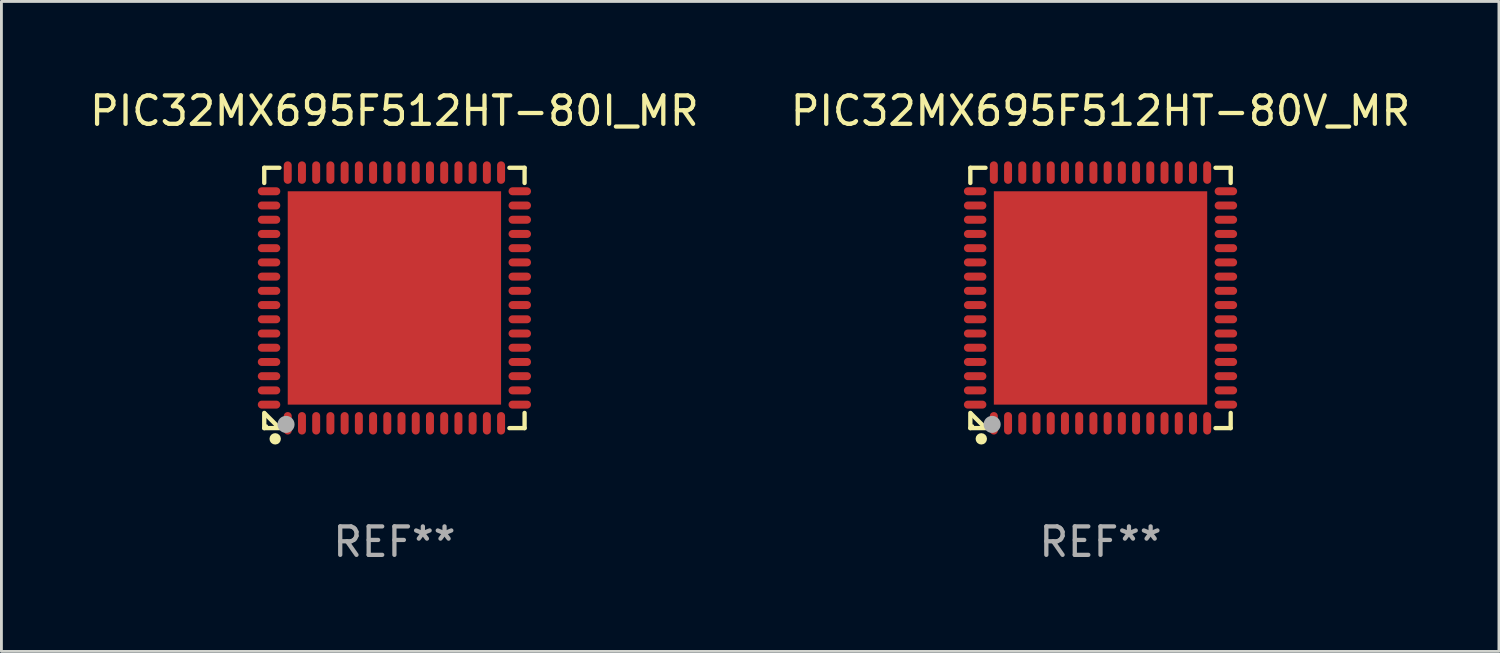
<source format=kicad_pcb>
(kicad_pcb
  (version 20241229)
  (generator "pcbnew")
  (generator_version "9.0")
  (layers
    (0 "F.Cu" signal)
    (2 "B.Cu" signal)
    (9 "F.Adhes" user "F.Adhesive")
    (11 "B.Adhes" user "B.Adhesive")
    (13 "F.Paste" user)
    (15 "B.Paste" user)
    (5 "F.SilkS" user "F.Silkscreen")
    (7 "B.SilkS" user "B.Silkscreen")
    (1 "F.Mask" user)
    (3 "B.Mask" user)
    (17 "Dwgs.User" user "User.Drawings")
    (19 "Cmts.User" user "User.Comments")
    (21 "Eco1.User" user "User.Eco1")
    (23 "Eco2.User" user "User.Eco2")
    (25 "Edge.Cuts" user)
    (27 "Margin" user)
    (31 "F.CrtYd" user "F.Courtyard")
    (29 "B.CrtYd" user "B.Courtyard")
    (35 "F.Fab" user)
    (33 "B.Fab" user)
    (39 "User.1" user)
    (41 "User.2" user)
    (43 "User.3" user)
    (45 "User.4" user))
  (footprint "PIC32MX695F512HT-80I_MR"
    (layer "F.Cu")
    (at 10.815 7.424)
    (property "Reference" "PIC32MX695F512HT-80I_MR" (at 0 -6.576 0) (layer "F.SilkS") (effects (font (size 1 1) (thickness 0.15))))
    (attr through_hole)
    (fp_line (start -4.576 -4.576) (end -4.576 -4.042) (stroke (width 0.152) (type solid)) (layer "F.SilkS"))
    (fp_line (start -4.576 4.576) (end -4.576 4.042) (stroke (width 0.152) (type solid)) (layer "F.SilkS"))
    (fp_line (start -4.069 4.549) (end -4.549 4.069) (stroke (width 0.152) (type solid)) (layer "F.SilkS"))
    (fp_line (start -4.042 -4.576) (end -4.576 -4.576) (stroke (width 0.152) (type solid)) (layer "F.SilkS"))
    (fp_line (start -4.042 4.576) (end -4.576 4.576) (stroke (width 0.152) (type solid)) (layer "F.SilkS"))
    (fp_line (start 4.042 -4.576) (end 4.576 -4.576) (stroke (width 0.152) (type solid)) (layer "F.SilkS"))
    (fp_line (start 4.042 4.576) (end 4.576 4.576) (stroke (width 0.152) (type solid)) (layer "F.SilkS"))
    (fp_line (start 4.576 -4.576) (end 4.576 -4.042) (stroke (width 0.152) (type solid)) (layer "F.SilkS"))
    (fp_line (start 4.576 4.576) (end 4.576 4.042) (stroke (width 0.152) (type solid)) (layer "F.SilkS"))
    (fp_circle (center -4.5 4.5) (end -4.47 4.5) (stroke (width 0.06) (type solid)) (fill no) (layer "F.SilkS"))
    (fp_circle (center -4.191 4.953) (end -4.091 4.953) (stroke (width 0.2) (type solid)) (fill no) (layer "F.SilkS"))
    (fp_circle (center -3.81 4.445) (end -3.66 4.445) (stroke (width 0.3) (type solid)) (fill no) (layer "F.Fab"))
    (fp_text user "REF**" (at 0 8.576 0) (layer "F.Fab") (effects (font (size 1 1) (thickness 0.15))))
    (pad "1" smd oval (at -3.75 4.407) (size 0.28 0.79) (layers "F.Cu" "F.Mask" "F.Paste"))
    (pad "2" smd oval (at -3.25 4.407) (size 0.28 0.79) (layers "F.Cu" "F.Mask" "F.Paste"))
    (pad "3" smd oval (at -2.75 4.407) (size 0.28 0.79) (layers "F.Cu" "F.Mask" "F.Paste"))
    (pad "4" smd oval (at -2.25 4.407) (size 0.28 0.79) (layers "F.Cu" "F.Mask" "F.Paste"))
    (pad "5" smd oval (at -1.75 4.407) (size 0.28 0.79) (layers "F.Cu" "F.Mask" "F.Paste"))
    (pad "6" smd oval (at -1.25 4.407) (size 0.28 0.79) (layers "F.Cu" "F.Mask" "F.Paste"))
    (pad "7" smd oval (at -0.75 4.407) (size 0.28 0.79) (layers "F.Cu" "F.Mask" "F.Paste"))
    (pad "8" smd oval (at -0.25 4.407) (size 0.28 0.79) (layers "F.Cu" "F.Mask" "F.Paste"))
    (pad "9" smd oval (at 0.25 4.407) (size 0.28 0.79) (layers "F.Cu" "F.Mask" "F.Paste"))
    (pad "10" smd oval (at 0.75 4.407) (size 0.28 0.79) (layers "F.Cu" "F.Mask" "F.Paste"))
    (pad "11" smd oval (at 1.25 4.407) (size 0.28 0.79) (layers "F.Cu" "F.Mask" "F.Paste"))
    (pad "12" smd oval (at 1.75 4.407) (size 0.28 0.79) (layers "F.Cu" "F.Mask" "F.Paste"))
    (pad "13" smd oval (at 2.25 4.407) (size 0.28 0.79) (layers "F.Cu" "F.Mask" "F.Paste"))
    (pad "14" smd oval (at 2.75 4.407) (size 0.28 0.79) (layers "F.Cu" "F.Mask" "F.Paste"))
    (pad "15" smd oval (at 3.25 4.407) (size 0.28 0.79) (layers "F.Cu" "F.Mask" "F.Paste"))
    (pad "16" smd oval (at 3.75 4.407) (size 0.28 0.79) (layers "F.Cu" "F.Mask" "F.Paste"))
    (pad "17" smd oval (at 4.407 3.75) (size 0.79 0.28) (layers "F.Cu" "F.Mask" "F.Paste"))
    (pad "18" smd oval (at 4.407 3.25) (size 0.79 0.28) (layers "F.Cu" "F.Mask" "F.Paste"))
    (pad "19" smd oval (at 4.407 2.75) (size 0.79 0.28) (layers "F.Cu" "F.Mask" "F.Paste"))
    (pad "20" smd oval (at 4.407 2.25) (size 0.79 0.28) (layers "F.Cu" "F.Mask" "F.Paste"))
    (pad "21" smd oval (at 4.407 1.75) (size 0.79 0.28) (layers "F.Cu" "F.Mask" "F.Paste"))
    (pad "22" smd oval (at 4.407 1.25) (size 0.79 0.28) (layers "F.Cu" "F.Mask" "F.Paste"))
    (pad "23" smd oval (at 4.407 0.75) (size 0.79 0.28) (layers "F.Cu" "F.Mask" "F.Paste"))
    (pad "24" smd oval (at 4.407 0.25) (size 0.79 0.28) (layers "F.Cu" "F.Mask" "F.Paste"))
    (pad "25" smd oval (at 4.407 -0.25) (size 0.79 0.28) (layers "F.Cu" "F.Mask" "F.Paste"))
    (pad "26" smd oval (at 4.407 -0.75) (size 0.79 0.28) (layers "F.Cu" "F.Mask" "F.Paste"))
    (pad "27" smd oval (at 4.407 -1.25) (size 0.79 0.28) (layers "F.Cu" "F.Mask" "F.Paste"))
    (pad "28" smd oval (at 4.407 -1.75) (size 0.79 0.28) (layers "F.Cu" "F.Mask" "F.Paste"))
    (pad "29" smd oval (at 4.407 -2.25) (size 0.79 0.28) (layers "F.Cu" "F.Mask" "F.Paste"))
    (pad "30" smd oval (at 4.407 -2.75) (size 0.79 0.28) (layers "F.Cu" "F.Mask" "F.Paste"))
    (pad "31" smd oval (at 4.407 -3.25) (size 0.79 0.28) (layers "F.Cu" "F.Mask" "F.Paste"))
    (pad "32" smd oval (at 4.407 -3.75) (size 0.79 0.28) (layers "F.Cu" "F.Mask" "F.Paste"))
    (pad "33" smd oval (at 3.75 -4.407) (size 0.28 0.79) (layers "F.Cu" "F.Mask" "F.Paste"))
    (pad "34" smd oval (at 3.25 -4.407) (size 0.28 0.79) (layers "F.Cu" "F.Mask" "F.Paste"))
    (pad "35" smd oval (at 2.75 -4.407) (size 0.28 0.79) (layers "F.Cu" "F.Mask" "F.Paste"))
    (pad "36" smd oval (at 2.25 -4.407) (size 0.28 0.79) (layers "F.Cu" "F.Mask" "F.Paste"))
    (pad "37" smd oval (at 1.75 -4.407) (size 0.28 0.79) (layers "F.Cu" "F.Mask" "F.Paste"))
    (pad "38" smd oval (at 1.25 -4.407) (size 0.28 0.79) (layers "F.Cu" "F.Mask" "F.Paste"))
    (pad "39" smd oval (at 0.75 -4.407) (size 0.28 0.79) (layers "F.Cu" "F.Mask" "F.Paste"))
    (pad "40" smd oval (at 0.25 -4.407) (size 0.28 0.79) (layers "F.Cu" "F.Mask" "F.Paste"))
    (pad "41" smd oval (at -0.25 -4.407) (size 0.28 0.79) (layers "F.Cu" "F.Mask" "F.Paste"))
    (pad "42" smd oval (at -0.75 -4.407) (size 0.28 0.79) (layers "F.Cu" "F.Mask" "F.Paste"))
    (pad "43" smd oval (at -1.25 -4.407) (size 0.28 0.79) (layers "F.Cu" "F.Mask" "F.Paste"))
    (pad "44" smd oval (at -1.75 -4.407) (size 0.28 0.79) (layers "F.Cu" "F.Mask" "F.Paste"))
    (pad "45" smd oval (at -2.25 -4.407) (size 0.28 0.79) (layers "F.Cu" "F.Mask" "F.Paste"))
    (pad "46" smd oval (at -2.75 -4.407) (size 0.28 0.79) (layers "F.Cu" "F.Mask" "F.Paste"))
    (pad "47" smd oval (at -3.25 -4.407) (size 0.28 0.79) (layers "F.Cu" "F.Mask" "F.Paste"))
    (pad "48" smd oval (at -3.75 -4.407) (size 0.28 0.79) (layers "F.Cu" "F.Mask" "F.Paste"))
    (pad "49" smd oval (at -4.407 -3.75) (size 0.79 0.28) (layers "F.Cu" "F.Mask" "F.Paste"))
    (pad "50" smd oval (at -4.407 -3.25) (size 0.79 0.28) (layers "F.Cu" "F.Mask" "F.Paste"))
    (pad "51" smd oval (at -4.407 -2.75) (size 0.79 0.28) (layers "F.Cu" "F.Mask" "F.Paste"))
    (pad "52" smd oval (at -4.407 -2.25) (size 0.79 0.28) (layers "F.Cu" "F.Mask" "F.Paste"))
    (pad "53" smd oval (at -4.407 -1.75) (size 0.79 0.28) (layers "F.Cu" "F.Mask" "F.Paste"))
    (pad "54" smd oval (at -4.407 -1.25) (size 0.79 0.28) (layers "F.Cu" "F.Mask" "F.Paste"))
    (pad "55" smd oval (at -4.407 -0.75) (size 0.79 0.28) (layers "F.Cu" "F.Mask" "F.Paste"))
    (pad "56" smd oval (at -4.407 -0.25) (size 0.79 0.28) (layers "F.Cu" "F.Mask" "F.Paste"))
    (pad "57" smd oval (at -4.407 0.25) (size 0.79 0.28) (layers "F.Cu" "F.Mask" "F.Paste"))
    (pad "58" smd oval (at -4.407 0.75) (size 0.79 0.28) (layers "F.Cu" "F.Mask" "F.Paste"))
    (pad "59" smd oval (at -4.407 1.25) (size 0.79 0.28) (layers "F.Cu" "F.Mask" "F.Paste"))
    (pad "60" smd oval (at -4.407 1.75) (size 0.79 0.28) (layers "F.Cu" "F.Mask" "F.Paste"))
    (pad "61" smd oval (at -4.407 2.25) (size 0.79 0.28) (layers "F.Cu" "F.Mask" "F.Paste"))
    (pad "62" smd oval (at -4.407 2.75) (size 0.79 0.28) (layers "F.Cu" "F.Mask" "F.Paste"))
    (pad "63" smd oval (at -4.407 3.25) (size 0.79 0.28) (layers "F.Cu" "F.Mask" "F.Paste"))
    (pad "64" smd oval (at -4.407 3.75) (size 0.79 0.28) (layers "F.Cu" "F.Mask" "F.Paste"))
    (pad "65" smd rect (at 0 0) (size 7.5 7.5) (layers "F.Cu" "F.Mask" "F.Paste")))
  (footprint "PIC32MX695F512HT-80V_MR"
    (layer "F.Cu")
    (at 35.637 7.424)
    (property "Reference" "PIC32MX695F512HT-80V_MR" (at 0 -6.576 0) (layer "F.SilkS") (effects (font (size 1 1) (thickness 0.15))))
    (attr through_hole)
    (fp_line (start -4.576 -4.576) (end -4.576 -4.042) (stroke (width 0.152) (type solid)) (layer "F.SilkS"))
    (fp_line (start -4.576 4.576) (end -4.576 4.042) (stroke (width 0.152) (type solid)) (layer "F.SilkS"))
    (fp_line (start -4.069 4.549) (end -4.549 4.069) (stroke (width 0.152) (type solid)) (layer "F.SilkS"))
    (fp_line (start -4.042 -4.576) (end -4.576 -4.576) (stroke (width 0.152) (type solid)) (layer "F.SilkS"))
    (fp_line (start -4.042 4.576) (end -4.576 4.576) (stroke (width 0.152) (type solid)) (layer "F.SilkS"))
    (fp_line (start 4.042 -4.576) (end 4.576 -4.576) (stroke (width 0.152) (type solid)) (layer "F.SilkS"))
    (fp_line (start 4.042 4.576) (end 4.576 4.576) (stroke (width 0.152) (type solid)) (layer "F.SilkS"))
    (fp_line (start 4.576 -4.576) (end 4.576 -4.042) (stroke (width 0.152) (type solid)) (layer "F.SilkS"))
    (fp_line (start 4.576 4.576) (end 4.576 4.042) (stroke (width 0.152) (type solid)) (layer "F.SilkS"))
    (fp_circle (center -4.5 4.5) (end -4.47 4.5) (stroke (width 0.06) (type solid)) (fill no) (layer "F.SilkS"))
    (fp_circle (center -4.191 4.953) (end -4.091 4.953) (stroke (width 0.2) (type solid)) (fill no) (layer "F.SilkS"))
    (fp_circle (center -3.81 4.445) (end -3.66 4.445) (stroke (width 0.3) (type solid)) (fill no) (layer "F.Fab"))
    (fp_text user "REF**" (at 0 8.576 0) (layer "F.Fab") (effects (font (size 1 1) (thickness 0.15))))
    (pad "1" smd oval (at -3.75 4.407) (size 0.28 0.79) (layers "F.Cu" "F.Mask" "F.Paste"))
    (pad "2" smd oval (at -3.25 4.407) (size 0.28 0.79) (layers "F.Cu" "F.Mask" "F.Paste"))
    (pad "3" smd oval (at -2.75 4.407) (size 0.28 0.79) (layers "F.Cu" "F.Mask" "F.Paste"))
    (pad "4" smd oval (at -2.25 4.407) (size 0.28 0.79) (layers "F.Cu" "F.Mask" "F.Paste"))
    (pad "5" smd oval (at -1.75 4.407) (size 0.28 0.79) (layers "F.Cu" "F.Mask" "F.Paste"))
    (pad "6" smd oval (at -1.25 4.407) (size 0.28 0.79) (layers "F.Cu" "F.Mask" "F.Paste"))
    (pad "7" smd oval (at -0.75 4.407) (size 0.28 0.79) (layers "F.Cu" "F.Mask" "F.Paste"))
    (pad "8" smd oval (at -0.25 4.407) (size 0.28 0.79) (layers "F.Cu" "F.Mask" "F.Paste"))
    (pad "9" smd oval (at 0.25 4.407) (size 0.28 0.79) (layers "F.Cu" "F.Mask" "F.Paste"))
    (pad "10" smd oval (at 0.75 4.407) (size 0.28 0.79) (layers "F.Cu" "F.Mask" "F.Paste"))
    (pad "11" smd oval (at 1.25 4.407) (size 0.28 0.79) (layers "F.Cu" "F.Mask" "F.Paste"))
    (pad "12" smd oval (at 1.75 4.407) (size 0.28 0.79) (layers "F.Cu" "F.Mask" "F.Paste"))
    (pad "13" smd oval (at 2.25 4.407) (size 0.28 0.79) (layers "F.Cu" "F.Mask" "F.Paste"))
    (pad "14" smd oval (at 2.75 4.407) (size 0.28 0.79) (layers "F.Cu" "F.Mask" "F.Paste"))
    (pad "15" smd oval (at 3.25 4.407) (size 0.28 0.79) (layers "F.Cu" "F.Mask" "F.Paste"))
    (pad "16" smd oval (at 3.75 4.407) (size 0.28 0.79) (layers "F.Cu" "F.Mask" "F.Paste"))
    (pad "17" smd oval (at 4.407 3.75) (size 0.79 0.28) (layers "F.Cu" "F.Mask" "F.Paste"))
    (pad "18" smd oval (at 4.407 3.25) (size 0.79 0.28) (layers "F.Cu" "F.Mask" "F.Paste"))
    (pad "19" smd oval (at 4.407 2.75) (size 0.79 0.28) (layers "F.Cu" "F.Mask" "F.Paste"))
    (pad "20" smd oval (at 4.407 2.25) (size 0.79 0.28) (layers "F.Cu" "F.Mask" "F.Paste"))
    (pad "21" smd oval (at 4.407 1.75) (size 0.79 0.28) (layers "F.Cu" "F.Mask" "F.Paste"))
    (pad "22" smd oval (at 4.407 1.25) (size 0.79 0.28) (layers "F.Cu" "F.Mask" "F.Paste"))
    (pad "23" smd oval (at 4.407 0.75) (size 0.79 0.28) (layers "F.Cu" "F.Mask" "F.Paste"))
    (pad "24" smd oval (at 4.407 0.25) (size 0.79 0.28) (layers "F.Cu" "F.Mask" "F.Paste"))
    (pad "25" smd oval (at 4.407 -0.25) (size 0.79 0.28) (layers "F.Cu" "F.Mask" "F.Paste"))
    (pad "26" smd oval (at 4.407 -0.75) (size 0.79 0.28) (layers "F.Cu" "F.Mask" "F.Paste"))
    (pad "27" smd oval (at 4.407 -1.25) (size 0.79 0.28) (layers "F.Cu" "F.Mask" "F.Paste"))
    (pad "28" smd oval (at 4.407 -1.75) (size 0.79 0.28) (layers "F.Cu" "F.Mask" "F.Paste"))
    (pad "29" smd oval (at 4.407 -2.25) (size 0.79 0.28) (layers "F.Cu" "F.Mask" "F.Paste"))
    (pad "30" smd oval (at 4.407 -2.75) (size 0.79 0.28) (layers "F.Cu" "F.Mask" "F.Paste"))
    (pad "31" smd oval (at 4.407 -3.25) (size 0.79 0.28) (layers "F.Cu" "F.Mask" "F.Paste"))
    (pad "32" smd oval (at 4.407 -3.75) (size 0.79 0.28) (layers "F.Cu" "F.Mask" "F.Paste"))
    (pad "33" smd oval (at 3.75 -4.407) (size 0.28 0.79) (layers "F.Cu" "F.Mask" "F.Paste"))
    (pad "34" smd oval (at 3.25 -4.407) (size 0.28 0.79) (layers "F.Cu" "F.Mask" "F.Paste"))
    (pad "35" smd oval (at 2.75 -4.407) (size 0.28 0.79) (layers "F.Cu" "F.Mask" "F.Paste"))
    (pad "36" smd oval (at 2.25 -4.407) (size 0.28 0.79) (layers "F.Cu" "F.Mask" "F.Paste"))
    (pad "37" smd oval (at 1.75 -4.407) (size 0.28 0.79) (layers "F.Cu" "F.Mask" "F.Paste"))
    (pad "38" smd oval (at 1.25 -4.407) (size 0.28 0.79) (layers "F.Cu" "F.Mask" "F.Paste"))
    (pad "39" smd oval (at 0.75 -4.407) (size 0.28 0.79) (layers "F.Cu" "F.Mask" "F.Paste"))
    (pad "40" smd oval (at 0.25 -4.407) (size 0.28 0.79) (layers "F.Cu" "F.Mask" "F.Paste"))
    (pad "41" smd oval (at -0.25 -4.407) (size 0.28 0.79) (layers "F.Cu" "F.Mask" "F.Paste"))
    (pad "42" smd oval (at -0.75 -4.407) (size 0.28 0.79) (layers "F.Cu" "F.Mask" "F.Paste"))
    (pad "43" smd oval (at -1.25 -4.407) (size 0.28 0.79) (layers "F.Cu" "F.Mask" "F.Paste"))
    (pad "44" smd oval (at -1.75 -4.407) (size 0.28 0.79) (layers "F.Cu" "F.Mask" "F.Paste"))
    (pad "45" smd oval (at -2.25 -4.407) (size 0.28 0.79) (layers "F.Cu" "F.Mask" "F.Paste"))
    (pad "46" smd oval (at -2.75 -4.407) (size 0.28 0.79) (layers "F.Cu" "F.Mask" "F.Paste"))
    (pad "47" smd oval (at -3.25 -4.407) (size 0.28 0.79) (layers "F.Cu" "F.Mask" "F.Paste"))
    (pad "48" smd oval (at -3.75 -4.407) (size 0.28 0.79) (layers "F.Cu" "F.Mask" "F.Paste"))
    (pad "49" smd oval (at -4.407 -3.75) (size 0.79 0.28) (layers "F.Cu" "F.Mask" "F.Paste"))
    (pad "50" smd oval (at -4.407 -3.25) (size 0.79 0.28) (layers "F.Cu" "F.Mask" "F.Paste"))
    (pad "51" smd oval (at -4.407 -2.75) (size 0.79 0.28) (layers "F.Cu" "F.Mask" "F.Paste"))
    (pad "52" smd oval (at -4.407 -2.25) (size 0.79 0.28) (layers "F.Cu" "F.Mask" "F.Paste"))
    (pad "53" smd oval (at -4.407 -1.75) (size 0.79 0.28) (layers "F.Cu" "F.Mask" "F.Paste"))
    (pad "54" smd oval (at -4.407 -1.25) (size 0.79 0.28) (layers "F.Cu" "F.Mask" "F.Paste"))
    (pad "55" smd oval (at -4.407 -0.75) (size 0.79 0.28) (layers "F.Cu" "F.Mask" "F.Paste"))
    (pad "56" smd oval (at -4.407 -0.25) (size 0.79 0.28) (layers "F.Cu" "F.Mask" "F.Paste"))
    (pad "57" smd oval (at -4.407 0.25) (size 0.79 0.28) (layers "F.Cu" "F.Mask" "F.Paste"))
    (pad "58" smd oval (at -4.407 0.75) (size 0.79 0.28) (layers "F.Cu" "F.Mask" "F.Paste"))
    (pad "59" smd oval (at -4.407 1.25) (size 0.79 0.28) (layers "F.Cu" "F.Mask" "F.Paste"))
    (pad "60" smd oval (at -4.407 1.75) (size 0.79 0.28) (layers "F.Cu" "F.Mask" "F.Paste"))
    (pad "61" smd oval (at -4.407 2.25) (size 0.79 0.28) (layers "F.Cu" "F.Mask" "F.Paste"))
    (pad "62" smd oval (at -4.407 2.75) (size 0.79 0.28) (layers "F.Cu" "F.Mask" "F.Paste"))
    (pad "63" smd oval (at -4.407 3.25) (size 0.79 0.28) (layers "F.Cu" "F.Mask" "F.Paste"))
    (pad "64" smd oval (at -4.407 3.75) (size 0.79 0.28) (layers "F.Cu" "F.Mask" "F.Paste"))
    (pad "65" smd rect (at 0 0) (size 7.5 7.5) (layers "F.Cu" "F.Mask" "F.Paste")))
  (gr_rect
    (start -3 -3)
    (end 49.643 19.849)
    (stroke (width 0.1) (type default))
    (fill no)
    (layer "Edge.Cuts")))
</source>
